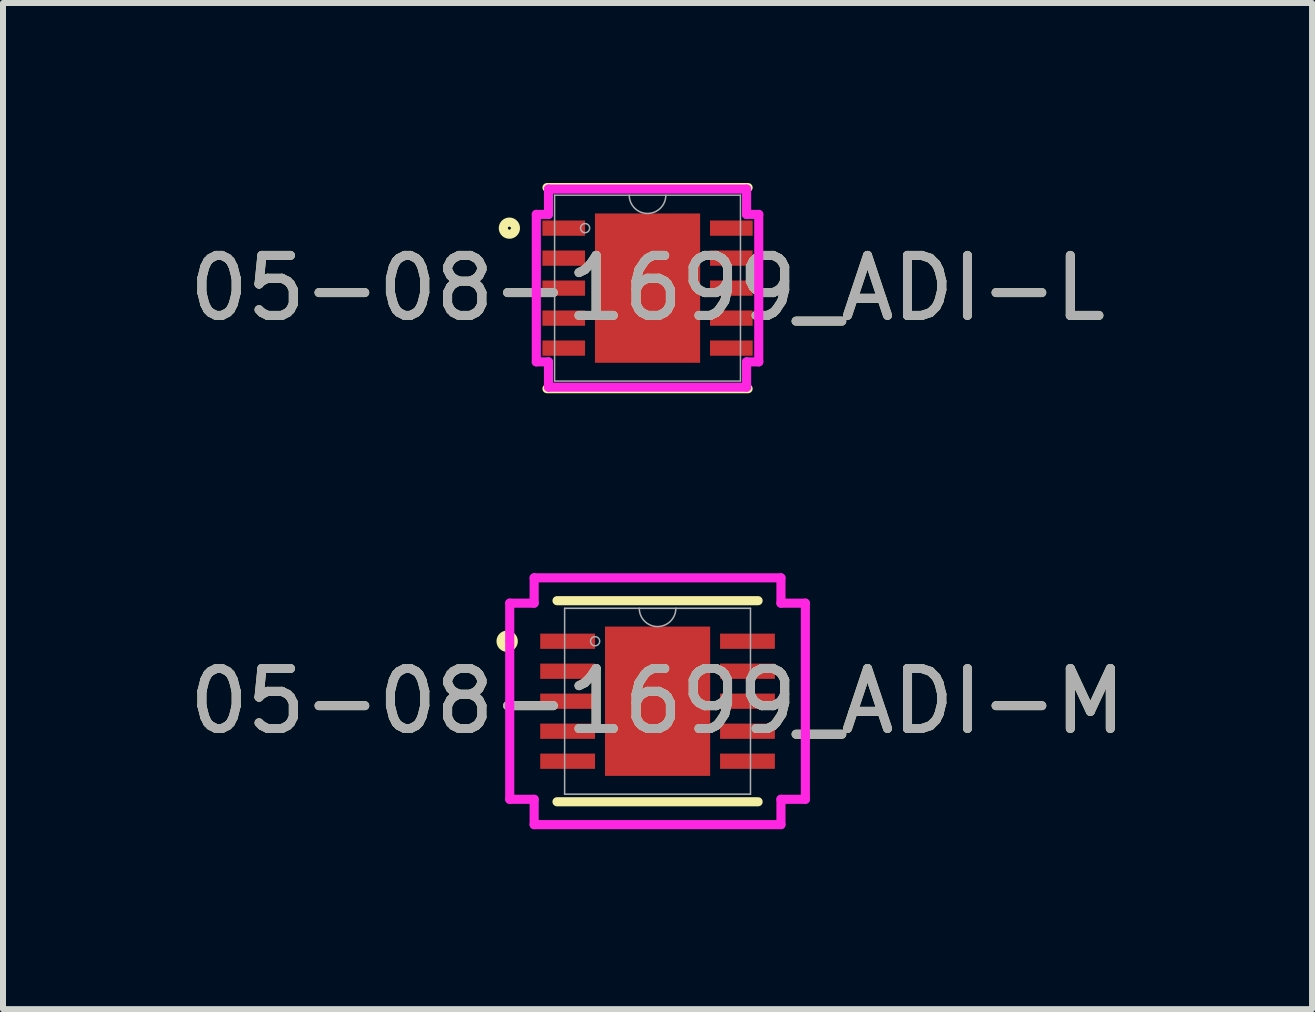
<source format=kicad_pcb>
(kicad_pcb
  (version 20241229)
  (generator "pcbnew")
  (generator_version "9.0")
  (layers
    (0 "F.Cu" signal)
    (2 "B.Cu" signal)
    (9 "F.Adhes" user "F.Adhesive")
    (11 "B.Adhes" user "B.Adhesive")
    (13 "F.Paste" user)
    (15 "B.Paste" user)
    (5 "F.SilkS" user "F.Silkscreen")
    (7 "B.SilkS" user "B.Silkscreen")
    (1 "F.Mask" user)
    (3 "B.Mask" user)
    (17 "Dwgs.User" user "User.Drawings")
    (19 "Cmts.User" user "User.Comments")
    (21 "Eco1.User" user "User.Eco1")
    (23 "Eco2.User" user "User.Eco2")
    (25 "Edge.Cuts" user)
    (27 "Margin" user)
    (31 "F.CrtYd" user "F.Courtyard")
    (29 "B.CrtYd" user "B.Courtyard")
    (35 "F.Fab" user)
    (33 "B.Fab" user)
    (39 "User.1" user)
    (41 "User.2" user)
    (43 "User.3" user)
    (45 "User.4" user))
  (footprint "05-08-1699_ADI-L"
    (layer "F.Cu")
    (at 7.744 1.753)
    (property "Reference" "05-08-1699_ADI-L" (at 0 0 0) (unlocked yes) (layer "F.SilkS") (effects (font (size 1 1) (thickness 0.15))))
    (attr smd)
    (fp_line (start -1.676 1.676) (end 1.676 1.676) (stroke (width 0.152) (type solid)) (layer "F.SilkS"))
    (fp_line (start 1.676 -1.676) (end -1.676 -1.676) (stroke (width 0.152) (type solid)) (layer "F.SilkS"))
    (fp_circle (center -2.303 -1) (end -2.202 -1) (stroke (width 0.152) (type solid)) (fill no) (layer "F.SilkS"))
    (fp_line (start -1.854 -1.229) (end -1.651 -1.229) (stroke (width 0.152) (type solid)) (layer "F.CrtYd"))
    (fp_line (start -1.854 1.229) (end -1.854 -1.229) (stroke (width 0.152) (type solid)) (layer "F.CrtYd"))
    (fp_line (start -1.854 1.229) (end -1.651 1.229) (stroke (width 0.152) (type solid)) (layer "F.CrtYd"))
    (fp_line (start -1.651 -1.651) (end 1.651 -1.651) (stroke (width 0.152) (type solid)) (layer "F.CrtYd"))
    (fp_line (start -1.651 -1.229) (end -1.651 -1.651) (stroke (width 0.152) (type solid)) (layer "F.CrtYd"))
    (fp_line (start -1.651 1.651) (end -1.651 1.229) (stroke (width 0.152) (type solid)) (layer "F.CrtYd"))
    (fp_line (start 1.651 -1.651) (end 1.651 -1.229) (stroke (width 0.152) (type solid)) (layer "F.CrtYd"))
    (fp_line (start 1.651 1.229) (end 1.651 1.651) (stroke (width 0.152) (type solid)) (layer "F.CrtYd"))
    (fp_line (start 1.651 1.651) (end -1.651 1.651) (stroke (width 0.152) (type solid)) (layer "F.CrtYd"))
    (fp_line (start 1.854 -1.229) (end 1.651 -1.229) (stroke (width 0.152) (type solid)) (layer "F.CrtYd"))
    (fp_line (start 1.854 -1.229) (end 1.854 1.229) (stroke (width 0.152) (type solid)) (layer "F.CrtYd"))
    (fp_line (start 1.854 1.229) (end 1.651 1.229) (stroke (width 0.152) (type solid)) (layer "F.CrtYd"))
    (fp_line (start -1.549 -1.549) (end -1.549 1.549) (stroke (width 0.025) (type solid)) (layer "F.Fab"))
    (fp_line (start -1.549 1.549) (end 1.549 1.549) (stroke (width 0.025) (type solid)) (layer "F.Fab"))
    (fp_line (start 1.549 -1.549) (end -1.549 -1.549) (stroke (width 0.025) (type solid)) (layer "F.Fab"))
    (fp_line (start 1.549 1.549) (end 1.549 -1.549) (stroke (width 0.025) (type solid)) (layer "F.Fab"))
    (fp_arc (start 0.3048 -1.5494) (mid 0 -1.2446) (end -0.3048 -1.5494) (stroke (width 0.0254) (type solid)) (layer "F.Fab"))
    (fp_circle (center -1.041 -1) (end -0.965 -1) (stroke (width 0.025) (type solid)) (fill no) (layer "F.Fab"))
    (fp_text user "${REFERENCE}" (at 0 0 0) (unlocked yes) (layer "F.Fab") (effects (font (size 1 1) (thickness 0.15))))
    (pad "1" smd rect (at -1.397 -1) (size 0.711 0.254) (layers "F.Cu" "F.Mask" "F.Paste"))
    (pad "2" smd rect (at -1.397 -0.5) (size 0.711 0.254) (layers "F.Cu" "F.Mask" "F.Paste"))
    (pad "3" smd rect (at -1.397 0) (size 0.711 0.254) (layers "F.Cu" "F.Mask" "F.Paste"))
    (pad "4" smd rect (at -1.397 0.5) (size 0.711 0.254) (layers "F.Cu" "F.Mask" "F.Paste"))
    (pad "5" smd rect (at -1.397 1) (size 0.711 0.254) (layers "F.Cu" "F.Mask" "F.Paste"))
    (pad "6" smd rect (at 1.397 1) (size 0.711 0.254) (layers "F.Cu" "F.Mask" "F.Paste"))
    (pad "7" smd rect (at 1.397 0.5) (size 0.711 0.254) (layers "F.Cu" "F.Mask" "F.Paste"))
    (pad "8" smd rect (at 1.397 0) (size 0.711 0.254) (layers "F.Cu" "F.Mask" "F.Paste"))
    (pad "9" smd rect (at 1.397 -0.5) (size 0.711 0.254) (layers "F.Cu" "F.Mask" "F.Paste"))
    (pad "10" smd rect (at 1.397 -1) (size 0.711 0.254) (layers "F.Cu" "F.Mask" "F.Paste"))
    (pad "11" smd rect (at 0 0) (size 1.753 2.489) (layers "F.Cu" "F.Mask" "F.Paste")))
  (footprint "05-08-1699_ADI-M"
    (layer "F.Cu")
    (at 7.911 8.639)
    (property "Reference" "05-08-1699_ADI-M" (at 0 0 0) (unlocked yes) (layer "F.SilkS") (effects (font (size 1 1) (thickness 0.15))))
    (attr smd)
    (fp_line (start -1.676 1.676) (end 1.676 1.676) (stroke (width 0.152) (type solid)) (layer "F.SilkS"))
    (fp_line (start 1.676 -1.676) (end -1.676 -1.676) (stroke (width 0.152) (type solid)) (layer "F.SilkS"))
    (fp_circle (center -2.507 -1) (end -2.405 -1) (stroke (width 0.152) (type solid)) (fill no) (layer "F.SilkS"))
    (fp_line (start -2.464 -1.635) (end -2.057 -1.635) (stroke (width 0.152) (type solid)) (layer "F.CrtYd"))
    (fp_line (start -2.464 1.635) (end -2.464 -1.635) (stroke (width 0.152) (type solid)) (layer "F.CrtYd"))
    (fp_line (start -2.464 1.635) (end -2.057 1.635) (stroke (width 0.152) (type solid)) (layer "F.CrtYd"))
    (fp_line (start -2.057 -2.057) (end 2.057 -2.057) (stroke (width 0.152) (type solid)) (layer "F.CrtYd"))
    (fp_line (start -2.057 -1.635) (end -2.057 -2.057) (stroke (width 0.152) (type solid)) (layer "F.CrtYd"))
    (fp_line (start -2.057 2.057) (end -2.057 1.635) (stroke (width 0.152) (type solid)) (layer "F.CrtYd"))
    (fp_line (start 2.057 -2.057) (end 2.057 -1.635) (stroke (width 0.152) (type solid)) (layer "F.CrtYd"))
    (fp_line (start 2.057 1.635) (end 2.057 2.057) (stroke (width 0.152) (type solid)) (layer "F.CrtYd"))
    (fp_line (start 2.057 2.057) (end -2.057 2.057) (stroke (width 0.152) (type solid)) (layer "F.CrtYd"))
    (fp_line (start 2.464 -1.635) (end 2.057 -1.635) (stroke (width 0.152) (type solid)) (layer "F.CrtYd"))
    (fp_line (start 2.464 -1.635) (end 2.464 1.635) (stroke (width 0.152) (type solid)) (layer "F.CrtYd"))
    (fp_line (start 2.464 1.635) (end 2.057 1.635) (stroke (width 0.152) (type solid)) (layer "F.CrtYd"))
    (fp_line (start -1.549 -1.549) (end -1.549 1.549) (stroke (width 0.025) (type solid)) (layer "F.Fab"))
    (fp_line (start -1.549 1.549) (end 1.549 1.549) (stroke (width 0.025) (type solid)) (layer "F.Fab"))
    (fp_line (start 1.549 -1.549) (end -1.549 -1.549) (stroke (width 0.025) (type solid)) (layer "F.Fab"))
    (fp_line (start 1.549 1.549) (end 1.549 -1.549) (stroke (width 0.025) (type solid)) (layer "F.Fab"))
    (fp_arc (start 0.3048 -1.5494) (mid 0 -1.2446) (end -0.3048 -1.5494) (stroke (width 0.0254) (type solid)) (layer "F.Fab"))
    (fp_circle (center -1.041 -1) (end -0.965 -1) (stroke (width 0.025) (type solid)) (fill no) (layer "F.Fab"))
    (fp_text user "${REFERENCE}" (at 0 0 0) (unlocked yes) (layer "F.Fab") (effects (font (size 1 1) (thickness 0.15))))
    (pad "1" smd rect (at -1.499 -1) (size 0.914 0.254) (layers "F.Cu" "F.Mask" "F.Paste"))
    (pad "2" smd rect (at -1.499 -0.5) (size 0.914 0.254) (layers "F.Cu" "F.Mask" "F.Paste"))
    (pad "3" smd rect (at -1.499 0) (size 0.914 0.254) (layers "F.Cu" "F.Mask" "F.Paste"))
    (pad "4" smd rect (at -1.499 0.5) (size 0.914 0.254) (layers "F.Cu" "F.Mask" "F.Paste"))
    (pad "5" smd rect (at -1.499 1) (size 0.914 0.254) (layers "F.Cu" "F.Mask" "F.Paste"))
    (pad "6" smd rect (at 1.499 1) (size 0.914 0.254) (layers "F.Cu" "F.Mask" "F.Paste"))
    (pad "7" smd rect (at 1.499 0.5) (size 0.914 0.254) (layers "F.Cu" "F.Mask" "F.Paste"))
    (pad "8" smd rect (at 1.499 0) (size 0.914 0.254) (layers "F.Cu" "F.Mask" "F.Paste"))
    (pad "9" smd rect (at 1.499 -0.5) (size 0.914 0.254) (layers "F.Cu" "F.Mask" "F.Paste"))
    (pad "10" smd rect (at 1.499 -1) (size 0.914 0.254) (layers "F.Cu" "F.Mask" "F.Paste"))
    (pad "11" smd rect (at 0 0) (size 1.753 2.489) (layers "F.Cu" "F.Mask" "F.Paste")))
  (gr_rect
    (start -3 -3)
    (end 18.821 13.772)
    (stroke (width 0.1) (type default))
    (fill no)
    (layer "Edge.Cuts")))
</source>
